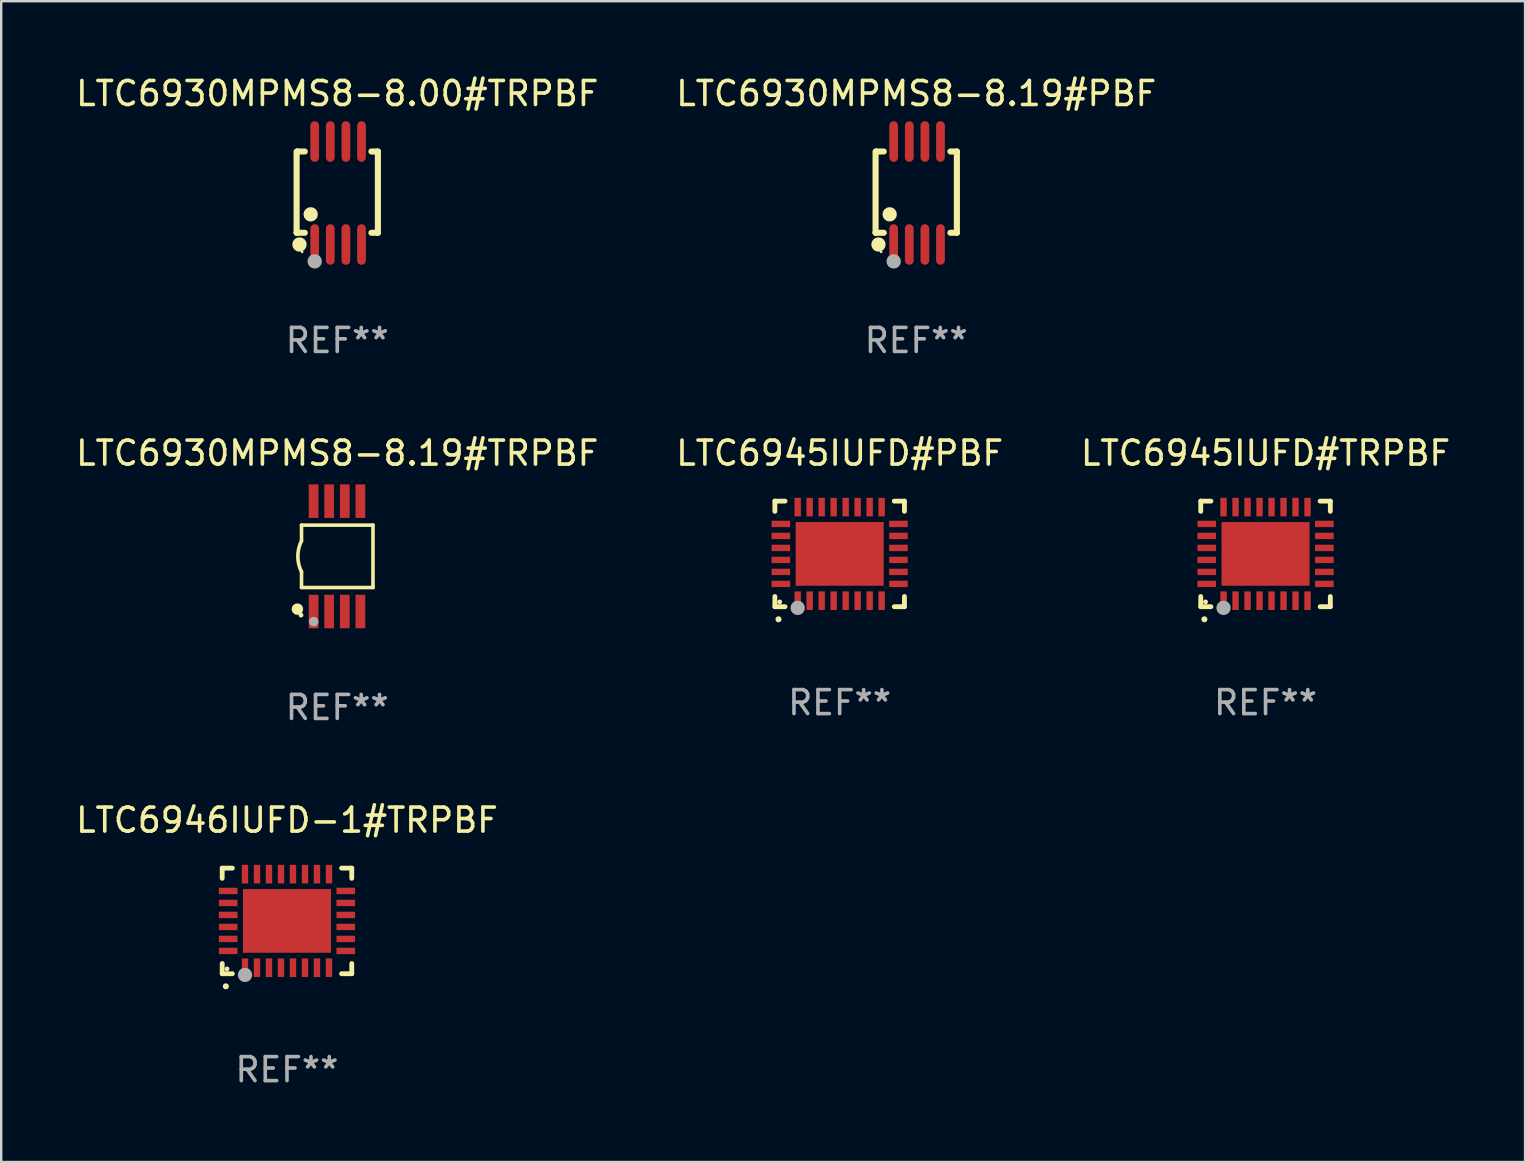
<source format=kicad_pcb>
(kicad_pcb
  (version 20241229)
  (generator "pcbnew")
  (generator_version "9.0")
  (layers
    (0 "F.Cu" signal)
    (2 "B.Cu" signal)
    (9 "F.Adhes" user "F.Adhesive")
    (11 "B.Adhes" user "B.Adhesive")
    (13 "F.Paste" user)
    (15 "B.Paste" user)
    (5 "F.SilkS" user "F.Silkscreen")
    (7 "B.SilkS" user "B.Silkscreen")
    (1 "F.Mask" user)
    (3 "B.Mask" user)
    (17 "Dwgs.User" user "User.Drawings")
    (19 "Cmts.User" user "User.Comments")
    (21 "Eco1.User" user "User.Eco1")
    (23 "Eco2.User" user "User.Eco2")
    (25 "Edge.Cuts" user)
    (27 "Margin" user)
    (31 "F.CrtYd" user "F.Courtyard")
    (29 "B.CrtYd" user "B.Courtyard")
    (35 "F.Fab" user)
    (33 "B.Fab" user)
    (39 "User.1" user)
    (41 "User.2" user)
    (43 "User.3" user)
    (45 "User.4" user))
  (footprint "LTC6945IUFD#PBF"
    (layer "F.Cu")
    (at 31.946 20.036)
    (property "Reference" "LTC6945IUFD#PBF" (at 0 -4.2 0) (layer "F.SilkS") (effects (font (size 1 1) (thickness 0.15))))
    (attr through_hole)
    (fp_line (start -2.7 -2.2) (end -2.276 -2.2) (stroke (width 0.201) (type solid)) (layer "F.SilkS"))
    (fp_line (start -2.7 -1.775) (end -2.7 -2.2) (stroke (width 0.201) (type solid)) (layer "F.SilkS"))
    (fp_line (start -2.7 2.2) (end -2.7 1.775) (stroke (width 0.201) (type solid)) (layer "F.SilkS"))
    (fp_line (start -2.276 2.2) (end -2.7 2.2) (stroke (width 0.201) (type solid)) (layer "F.SilkS"))
    (fp_line (start 2.276 2.2) (end 2.7 2.2) (stroke (width 0.201) (type solid)) (layer "F.SilkS"))
    (fp_line (start 2.7 -2.2) (end 2.276 -2.2) (stroke (width 0.201) (type solid)) (layer "F.SilkS"))
    (fp_line (start 2.7 -1.775) (end 2.7 -2.2) (stroke (width 0.201) (type solid)) (layer "F.SilkS"))
    (fp_line (start 2.7 2.2) (end 2.7 1.775) (stroke (width 0.201) (type solid)) (layer "F.SilkS"))
    (fp_arc (start -2.550165 2.725425) (mid -2.548895 2.725419) (end -2.547625 2.725425) (stroke (width 0.24892) (type solid)) (layer "F.SilkS"))
    (fp_circle (center -2.5 2) (end -2.45 2) (stroke (width 0.1) (type solid)) (fill no) (layer "F.SilkS"))
    (fp_circle (center -1.75 2.25) (end -1.6 2.25) (stroke (width 0.3) (type solid)) (fill no) (layer "F.Fab"))
    (fp_text user "REF**" (at 0 6.2 0) (layer "F.Fab") (effects (font (size 1 1) (thickness 0.15))))
    (pad "1" smd rect (at -1.75 1.95) (size 0.267 0.775) (layers "F.Cu" "F.Mask" "F.Paste"))
    (pad "2" smd rect (at -1.25 1.95) (size 0.267 0.775) (layers "F.Cu" "F.Mask" "F.Paste"))
    (pad "3" smd rect (at -0.75 1.95) (size 0.267 0.775) (layers "F.Cu" "F.Mask" "F.Paste"))
    (pad "4" smd rect (at -0.25 1.95) (size 0.267 0.775) (layers "F.Cu" "F.Mask" "F.Paste"))
    (pad "5" smd rect (at 0.25 1.95) (size 0.267 0.775) (layers "F.Cu" "F.Mask" "F.Paste"))
    (pad "6" smd rect (at 0.75 1.95) (size 0.267 0.775) (layers "F.Cu" "F.Mask" "F.Paste"))
    (pad "7" smd rect (at 1.25 1.95) (size 0.267 0.775) (layers "F.Cu" "F.Mask" "F.Paste"))
    (pad "8" smd rect (at 1.75 1.95) (size 0.267 0.775) (layers "F.Cu" "F.Mask" "F.Paste"))
    (pad "9" smd rect (at 2.45 1.25) (size 0.775 0.267) (layers "F.Cu" "F.Mask" "F.Paste"))
    (pad "10" smd rect (at 2.45 0.75) (size 0.775 0.267) (layers "F.Cu" "F.Mask" "F.Paste"))
    (pad "11" smd rect (at 2.45 0.25) (size 0.775 0.267) (layers "F.Cu" "F.Mask" "F.Paste"))
    (pad "12" smd rect (at 2.45 -0.25) (size 0.775 0.267) (layers "F.Cu" "F.Mask" "F.Paste"))
    (pad "13" smd rect (at 2.45 -0.75) (size 0.775 0.267) (layers "F.Cu" "F.Mask" "F.Paste"))
    (pad "14" smd rect (at 2.45 -1.25) (size 0.775 0.267) (layers "F.Cu" "F.Mask" "F.Paste"))
    (pad "15" smd rect (at 1.75 -1.95) (size 0.267 0.775) (layers "F.Cu" "F.Mask" "F.Paste"))
    (pad "16" smd rect (at 1.25 -1.95) (size 0.267 0.775) (layers "F.Cu" "F.Mask" "F.Paste"))
    (pad "17" smd rect (at 0.75 -1.95) (size 0.267 0.775) (layers "F.Cu" "F.Mask" "F.Paste"))
    (pad "18" smd rect (at 0.25 -1.95) (size 0.267 0.775) (layers "F.Cu" "F.Mask" "F.Paste"))
    (pad "19" smd rect (at -0.25 -1.95) (size 0.267 0.775) (layers "F.Cu" "F.Mask" "F.Paste"))
    (pad "20" smd rect (at -0.75 -1.95) (size 0.267 0.775) (layers "F.Cu" "F.Mask" "F.Paste"))
    (pad "21" smd rect (at -1.25 -1.95) (size 0.267 0.775) (layers "F.Cu" "F.Mask" "F.Paste"))
    (pad "22" smd rect (at -1.75 -1.95) (size 0.267 0.775) (layers "F.Cu" "F.Mask" "F.Paste"))
    (pad "23" smd rect (at -2.45 -1.25) (size 0.775 0.267) (layers "F.Cu" "F.Mask" "F.Paste"))
    (pad "24" smd rect (at -2.45 -0.75) (size 0.775 0.267) (layers "F.Cu" "F.Mask" "F.Paste"))
    (pad "25" smd rect (at -2.45 -0.25) (size 0.775 0.267) (layers "F.Cu" "F.Mask" "F.Paste"))
    (pad "26" smd rect (at -2.45 0.25) (size 0.775 0.267) (layers "F.Cu" "F.Mask" "F.Paste"))
    (pad "27" smd rect (at -2.45 0.75) (size 0.775 0.267) (layers "F.Cu" "F.Mask" "F.Paste"))
    (pad "28" smd rect (at -2.45 1.25) (size 0.775 0.267) (layers "F.Cu" "F.Mask" "F.Paste"))
    (pad "29" smd rect (at 0.000127 0.000127) (size 3.67 2.654) (layers "F.Cu" "F.Mask" "F.Paste")))
  (footprint "LTC6930MPMS8-8.19#TRPBF"
    (layer "F.Cu")
    (at 11.006 20.137)
    (property "Reference" "LTC6930MPMS8-8.19#TRPBF" (at 0 -4.3 0) (layer "F.SilkS") (effects (font (size 1 1) (thickness 0.15))))
    (attr through_hole)
    (fp_line (start -1.489 -1.3) (end -1.489 -0.648) (stroke (width 0.15) (type solid)) (layer "F.SilkS"))
    (fp_line (start -1.489 0.648) (end -1.489 1.3) (stroke (width 0.15) (type solid)) (layer "F.SilkS"))
    (fp_line (start -1.489 1.3) (end 1.489 1.3) (stroke (width 0.15) (type solid)) (layer "F.SilkS"))
    (fp_line (start 1.489 -1.3) (end -1.489 -1.3) (stroke (width 0.15) (type solid)) (layer "F.SilkS"))
    (fp_line (start 1.489 1.3) (end 1.489 -1.3) (stroke (width 0.15) (type solid)) (layer "F.SilkS"))
    (fp_arc (start -1.489205 0.647702) (mid -1.642107 0) (end -1.489205 -0.647701) (stroke (width 0.150013) (type solid)) (layer "F.SilkS"))
    (fp_circle (center -1.661 2.2) (end -1.541 2.2) (stroke (width 0.24) (type solid)) (fill no) (layer "F.SilkS"))
    (fp_circle (center -1.511 2.45) (end -1.461 2.45) (stroke (width 0.1) (type solid)) (fill no) (layer "F.SilkS"))
    (fp_circle (center -0.981 2.72) (end -0.881 2.72) (stroke (width 0.2) (type solid)) (fill no) (layer "F.Fab"))
    (fp_text user "REF**" (at 0 6.3 0) (layer "F.Fab") (effects (font (size 1 1) (thickness 0.15))))
    (pad "1" smd rect (at -0.986 2.3) (size 0.406 1.397) (layers "F.Cu" "F.Mask" "F.Paste"))
    (pad "2" smd rect (at -0.336 2.3) (size 0.406 1.397) (layers "F.Cu" "F.Mask" "F.Paste"))
    (pad "3" smd rect (at 0.314 2.3) (size 0.406 1.397) (layers "F.Cu" "F.Mask" "F.Paste"))
    (pad "4" smd rect (at 0.964 2.3) (size 0.406 1.397) (layers "F.Cu" "F.Mask" "F.Paste"))
    (pad "5" smd rect (at 0.964 -2.3) (size 0.406 1.397) (layers "F.Cu" "F.Mask" "F.Paste"))
    (pad "6" smd rect (at 0.314 -2.3) (size 0.406 1.397) (layers "F.Cu" "F.Mask" "F.Paste"))
    (pad "7" smd rect (at -0.336 -2.3) (size 0.406 1.397) (layers "F.Cu" "F.Mask" "F.Paste"))
    (pad "8" smd rect (at -0.986 -2.3) (size 0.406 1.397) (layers "F.Cu" "F.Mask" "F.Paste")))
  (footprint "LTC6930MPMS8-8.19#PBF"
    (layer "F.Cu")
    (at 35.137 4.994)
    (property "Reference" "LTC6930MPMS8-8.19#PBF" (at 0 -4.146 0) (layer "F.SilkS") (effects (font (size 1 1) (thickness 0.15))))
    (attr through_hole)
    (fp_line (start -1.694 -1.724) (end -1.694 1.652) (stroke (width 0.254) (type solid)) (layer "F.SilkS"))
    (fp_line (start -1.694 1.652) (end -1.688 1.658) (stroke (width 0.254) (type solid)) (layer "F.SilkS"))
    (fp_line (start -1.688 1.658) (end -1.353 1.658) (stroke (width 0.254) (type solid)) (layer "F.SilkS"))
    (fp_line (start -1.661 -1.73) (end -1.681 -1.71) (stroke (width 0.254) (type solid)) (layer "F.SilkS"))
    (fp_line (start -1.353 -1.73) (end -1.661 -1.73) (stroke (width 0.254) (type solid)) (layer "F.SilkS"))
    (fp_line (start 1.424 1.658) (end 1.694 1.658) (stroke (width 0.254) (type solid)) (layer "F.SilkS"))
    (fp_line (start 1.694 -1.73) (end 1.424 -1.73) (stroke (width 0.254) (type solid)) (layer "F.SilkS"))
    (fp_line (start 1.694 1.658) (end 1.694 -1.73) (stroke (width 0.254) (type solid)) (layer "F.SilkS"))
    (fp_circle (center -1.574 2.146) (end -1.424 2.146) (stroke (width 0.3) (type solid)) (fill no) (layer "F.SilkS"))
    (fp_circle (center -1.464 2.45) (end -1.434 2.45) (stroke (width 0.06) (type solid)) (fill no) (layer "F.SilkS"))
    (fp_circle (center -1.107 0.889) (end -0.957 0.889) (stroke (width 0.3) (type solid)) (fill no) (layer "F.SilkS"))
    (fp_circle (center -0.94 2.85) (end -0.789 2.85) (stroke (width 0.3) (type solid)) (fill no) (layer "F.Fab"))
    (fp_text user "REF**" (at 0 6.146 0) (layer "F.Fab") (effects (font (size 1 1) (thickness 0.15))))
    (pad "1" smd oval (at -0.94 2.146) (size 0.364 1.692) (layers "F.Cu" "F.Mask" "F.Paste"))
    (pad "2" smd oval (at -0.289 2.146) (size 0.364 1.692) (layers "F.Cu" "F.Mask" "F.Paste"))
    (pad "3" smd oval (at 0.361 2.146) (size 0.364 1.692) (layers "F.Cu" "F.Mask" "F.Paste"))
    (pad "4" smd oval (at 1.011 2.146) (size 0.364 1.692) (layers "F.Cu" "F.Mask" "F.Paste"))
    (pad "5" smd oval (at 1.011 -2.146) (size 0.364 1.692) (layers "F.Cu" "F.Mask" "F.Paste"))
    (pad "6" smd oval (at 0.361 -2.146) (size 0.364 1.692) (layers "F.Cu" "F.Mask" "F.Paste"))
    (pad "7" smd oval (at -0.289 -2.146) (size 0.364 1.692) (layers "F.Cu" "F.Mask" "F.Paste"))
    (pad "8" smd oval (at -0.94 -2.146) (size 0.364 1.692) (layers "F.Cu" "F.Mask" "F.Paste")))
  (footprint "LTC6930MPMS8-8.00#TRPBF"
    (layer "F.Cu")
    (at 11.006 4.994)
    (property "Reference" "LTC6930MPMS8-8.00#TRPBF" (at 0 -4.146 0) (layer "F.SilkS") (effects (font (size 1 1) (thickness 0.15))))
    (attr through_hole)
    (fp_line (start -1.694 -1.724) (end -1.694 1.652) (stroke (width 0.254) (type solid)) (layer "F.SilkS"))
    (fp_line (start -1.694 1.652) (end -1.688 1.658) (stroke (width 0.254) (type solid)) (layer "F.SilkS"))
    (fp_line (start -1.688 1.658) (end -1.353 1.658) (stroke (width 0.254) (type solid)) (layer "F.SilkS"))
    (fp_line (start -1.661 -1.73) (end -1.681 -1.71) (stroke (width 0.254) (type solid)) (layer "F.SilkS"))
    (fp_line (start -1.353 -1.73) (end -1.661 -1.73) (stroke (width 0.254) (type solid)) (layer "F.SilkS"))
    (fp_line (start 1.424 1.658) (end 1.694 1.658) (stroke (width 0.254) (type solid)) (layer "F.SilkS"))
    (fp_line (start 1.694 -1.73) (end 1.424 -1.73) (stroke (width 0.254) (type solid)) (layer "F.SilkS"))
    (fp_line (start 1.694 1.658) (end 1.694 -1.73) (stroke (width 0.254) (type solid)) (layer "F.SilkS"))
    (fp_circle (center -1.574 2.146) (end -1.424 2.146) (stroke (width 0.3) (type solid)) (fill no) (layer "F.SilkS"))
    (fp_circle (center -1.464 2.45) (end -1.434 2.45) (stroke (width 0.06) (type solid)) (fill no) (layer "F.SilkS"))
    (fp_circle (center -1.107 0.889) (end -0.957 0.889) (stroke (width 0.3) (type solid)) (fill no) (layer "F.SilkS"))
    (fp_circle (center -0.94 2.85) (end -0.789 2.85) (stroke (width 0.3) (type solid)) (fill no) (layer "F.Fab"))
    (fp_text user "REF**" (at 0 6.146 0) (layer "F.Fab") (effects (font (size 1 1) (thickness 0.15))))
    (pad "1" smd oval (at -0.94 2.146) (size 0.364 1.692) (layers "F.Cu" "F.Mask" "F.Paste"))
    (pad "2" smd oval (at -0.289 2.146) (size 0.364 1.692) (layers "F.Cu" "F.Mask" "F.Paste"))
    (pad "3" smd oval (at 0.361 2.146) (size 0.364 1.692) (layers "F.Cu" "F.Mask" "F.Paste"))
    (pad "4" smd oval (at 1.011 2.146) (size 0.364 1.692) (layers "F.Cu" "F.Mask" "F.Paste"))
    (pad "5" smd oval (at 1.011 -2.146) (size 0.364 1.692) (layers "F.Cu" "F.Mask" "F.Paste"))
    (pad "6" smd oval (at 0.361 -2.146) (size 0.364 1.692) (layers "F.Cu" "F.Mask" "F.Paste"))
    (pad "7" smd oval (at -0.289 -2.146) (size 0.364 1.692) (layers "F.Cu" "F.Mask" "F.Paste"))
    (pad "8" smd oval (at -0.94 -2.146) (size 0.364 1.692) (layers "F.Cu" "F.Mask" "F.Paste")))
  (footprint "LTC6946IUFD-1#TRPBF"
    (layer "F.Cu")
    (at 8.911 35.333)
    (property "Reference" "LTC6946IUFD-1#TRPBF" (at 0 -4.2 0) (layer "F.SilkS") (effects (font (size 1 1) (thickness 0.15))))
    (attr through_hole)
    (fp_line (start -2.7 -2.2) (end -2.276 -2.2) (stroke (width 0.201) (type solid)) (layer "F.SilkS"))
    (fp_line (start -2.7 -1.775) (end -2.7 -2.2) (stroke (width 0.201) (type solid)) (layer "F.SilkS"))
    (fp_line (start -2.7 2.2) (end -2.7 1.775) (stroke (width 0.201) (type solid)) (layer "F.SilkS"))
    (fp_line (start -2.276 2.2) (end -2.7 2.2) (stroke (width 0.201) (type solid)) (layer "F.SilkS"))
    (fp_line (start 2.276 2.2) (end 2.7 2.2) (stroke (width 0.201) (type solid)) (layer "F.SilkS"))
    (fp_line (start 2.7 -2.2) (end 2.276 -2.2) (stroke (width 0.201) (type solid)) (layer "F.SilkS"))
    (fp_line (start 2.7 -1.775) (end 2.7 -2.2) (stroke (width 0.201) (type solid)) (layer "F.SilkS"))
    (fp_line (start 2.7 2.2) (end 2.7 1.775) (stroke (width 0.201) (type solid)) (layer "F.SilkS"))
    (fp_arc (start -2.550165 2.725425) (mid -2.548895 2.725419) (end -2.547625 2.725425) (stroke (width 0.24892) (type solid)) (layer "F.SilkS"))
    (fp_circle (center -2.5 2) (end -2.45 2) (stroke (width 0.1) (type solid)) (fill no) (layer "F.SilkS"))
    (fp_circle (center -1.75 2.25) (end -1.6 2.25) (stroke (width 0.3) (type solid)) (fill no) (layer "F.Fab"))
    (fp_text user "REF**" (at 0 6.2 0) (layer "F.Fab") (effects (font (size 1 1) (thickness 0.15))))
    (pad "1" smd rect (at -1.75 1.95) (size 0.267 0.775) (layers "F.Cu" "F.Mask" "F.Paste"))
    (pad "2" smd rect (at -1.25 1.95) (size 0.267 0.775) (layers "F.Cu" "F.Mask" "F.Paste"))
    (pad "3" smd rect (at -0.75 1.95) (size 0.267 0.775) (layers "F.Cu" "F.Mask" "F.Paste"))
    (pad "4" smd rect (at -0.25 1.95) (size 0.267 0.775) (layers "F.Cu" "F.Mask" "F.Paste"))
    (pad "5" smd rect (at 0.25 1.95) (size 0.267 0.775) (layers "F.Cu" "F.Mask" "F.Paste"))
    (pad "6" smd rect (at 0.75 1.95) (size 0.267 0.775) (layers "F.Cu" "F.Mask" "F.Paste"))
    (pad "7" smd rect (at 1.25 1.95) (size 0.267 0.775) (layers "F.Cu" "F.Mask" "F.Paste"))
    (pad "8" smd rect (at 1.75 1.95) (size 0.267 0.775) (layers "F.Cu" "F.Mask" "F.Paste"))
    (pad "9" smd rect (at 2.45 1.25) (size 0.775 0.267) (layers "F.Cu" "F.Mask" "F.Paste"))
    (pad "10" smd rect (at 2.45 0.75) (size 0.775 0.267) (layers "F.Cu" "F.Mask" "F.Paste"))
    (pad "11" smd rect (at 2.45 0.25) (size 0.775 0.267) (layers "F.Cu" "F.Mask" "F.Paste"))
    (pad "12" smd rect (at 2.45 -0.25) (size 0.775 0.267) (layers "F.Cu" "F.Mask" "F.Paste"))
    (pad "13" smd rect (at 2.45 -0.75) (size 0.775 0.267) (layers "F.Cu" "F.Mask" "F.Paste"))
    (pad "14" smd rect (at 2.45 -1.25) (size 0.775 0.267) (layers "F.Cu" "F.Mask" "F.Paste"))
    (pad "15" smd rect (at 1.75 -1.95) (size 0.267 0.775) (layers "F.Cu" "F.Mask" "F.Paste"))
    (pad "16" smd rect (at 1.25 -1.95) (size 0.267 0.775) (layers "F.Cu" "F.Mask" "F.Paste"))
    (pad "17" smd rect (at 0.75 -1.95) (size 0.267 0.775) (layers "F.Cu" "F.Mask" "F.Paste"))
    (pad "18" smd rect (at 0.25 -1.95) (size 0.267 0.775) (layers "F.Cu" "F.Mask" "F.Paste"))
    (pad "19" smd rect (at -0.25 -1.95) (size 0.267 0.775) (layers "F.Cu" "F.Mask" "F.Paste"))
    (pad "20" smd rect (at -0.75 -1.95) (size 0.267 0.775) (layers "F.Cu" "F.Mask" "F.Paste"))
    (pad "21" smd rect (at -1.25 -1.95) (size 0.267 0.775) (layers "F.Cu" "F.Mask" "F.Paste"))
    (pad "22" smd rect (at -1.75 -1.95) (size 0.267 0.775) (layers "F.Cu" "F.Mask" "F.Paste"))
    (pad "23" smd rect (at -2.45 -1.25) (size 0.775 0.267) (layers "F.Cu" "F.Mask" "F.Paste"))
    (pad "24" smd rect (at -2.45 -0.75) (size 0.775 0.267) (layers "F.Cu" "F.Mask" "F.Paste"))
    (pad "25" smd rect (at -2.45 -0.25) (size 0.775 0.267) (layers "F.Cu" "F.Mask" "F.Paste"))
    (pad "26" smd rect (at -2.45 0.25) (size 0.775 0.267) (layers "F.Cu" "F.Mask" "F.Paste"))
    (pad "27" smd rect (at -2.45 0.75) (size 0.775 0.267) (layers "F.Cu" "F.Mask" "F.Paste"))
    (pad "28" smd rect (at -2.45 1.25) (size 0.775 0.267) (layers "F.Cu" "F.Mask" "F.Paste"))
    (pad "29" smd rect (at 0.000127 0.000127) (size 3.67 2.654) (layers "F.Cu" "F.Mask" "F.Paste")))
  (footprint "LTC6945IUFD#TRPBF"
    (layer "F.Cu")
    (at 49.696 20.036)
    (property "Reference" "LTC6945IUFD#TRPBF" (at 0 -4.2 0) (layer "F.SilkS") (effects (font (size 1 1) (thickness 0.15))))
    (attr through_hole)
    (fp_line (start -2.7 -2.2) (end -2.276 -2.2) (stroke (width 0.201) (type solid)) (layer "F.SilkS"))
    (fp_line (start -2.7 -1.775) (end -2.7 -2.2) (stroke (width 0.201) (type solid)) (layer "F.SilkS"))
    (fp_line (start -2.7 2.2) (end -2.7 1.775) (stroke (width 0.201) (type solid)) (layer "F.SilkS"))
    (fp_line (start -2.276 2.2) (end -2.7 2.2) (stroke (width 0.201) (type solid)) (layer "F.SilkS"))
    (fp_line (start 2.276 2.2) (end 2.7 2.2) (stroke (width 0.201) (type solid)) (layer "F.SilkS"))
    (fp_line (start 2.7 -2.2) (end 2.276 -2.2) (stroke (width 0.201) (type solid)) (layer "F.SilkS"))
    (fp_line (start 2.7 -1.775) (end 2.7 -2.2) (stroke (width 0.201) (type solid)) (layer "F.SilkS"))
    (fp_line (start 2.7 2.2) (end 2.7 1.775) (stroke (width 0.201) (type solid)) (layer "F.SilkS"))
    (fp_arc (start -2.550165 2.725425) (mid -2.548895 2.725419) (end -2.547625 2.725425) (stroke (width 0.24892) (type solid)) (layer "F.SilkS"))
    (fp_circle (center -2.5 2) (end -2.45 2) (stroke (width 0.1) (type solid)) (fill no) (layer "F.SilkS"))
    (fp_circle (center -1.75 2.25) (end -1.6 2.25) (stroke (width 0.3) (type solid)) (fill no) (layer "F.Fab"))
    (fp_text user "REF**" (at 0 6.2 0) (layer "F.Fab") (effects (font (size 1 1) (thickness 0.15))))
    (pad "1" smd rect (at -1.75 1.95) (size 0.267 0.775) (layers "F.Cu" "F.Mask" "F.Paste"))
    (pad "2" smd rect (at -1.25 1.95) (size 0.267 0.775) (layers "F.Cu" "F.Mask" "F.Paste"))
    (pad "3" smd rect (at -0.75 1.95) (size 0.267 0.775) (layers "F.Cu" "F.Mask" "F.Paste"))
    (pad "4" smd rect (at -0.25 1.95) (size 0.267 0.775) (layers "F.Cu" "F.Mask" "F.Paste"))
    (pad "5" smd rect (at 0.25 1.95) (size 0.267 0.775) (layers "F.Cu" "F.Mask" "F.Paste"))
    (pad "6" smd rect (at 0.75 1.95) (size 0.267 0.775) (layers "F.Cu" "F.Mask" "F.Paste"))
    (pad "7" smd rect (at 1.25 1.95) (size 0.267 0.775) (layers "F.Cu" "F.Mask" "F.Paste"))
    (pad "8" smd rect (at 1.75 1.95) (size 0.267 0.775) (layers "F.Cu" "F.Mask" "F.Paste"))
    (pad "9" smd rect (at 2.45 1.25) (size 0.775 0.267) (layers "F.Cu" "F.Mask" "F.Paste"))
    (pad "10" smd rect (at 2.45 0.75) (size 0.775 0.267) (layers "F.Cu" "F.Mask" "F.Paste"))
    (pad "11" smd rect (at 2.45 0.25) (size 0.775 0.267) (layers "F.Cu" "F.Mask" "F.Paste"))
    (pad "12" smd rect (at 2.45 -0.25) (size 0.775 0.267) (layers "F.Cu" "F.Mask" "F.Paste"))
    (pad "13" smd rect (at 2.45 -0.75) (size 0.775 0.267) (layers "F.Cu" "F.Mask" "F.Paste"))
    (pad "14" smd rect (at 2.45 -1.25) (size 0.775 0.267) (layers "F.Cu" "F.Mask" "F.Paste"))
    (pad "15" smd rect (at 1.75 -1.95) (size 0.267 0.775) (layers "F.Cu" "F.Mask" "F.Paste"))
    (pad "16" smd rect (at 1.25 -1.95) (size 0.267 0.775) (layers "F.Cu" "F.Mask" "F.Paste"))
    (pad "17" smd rect (at 0.75 -1.95) (size 0.267 0.775) (layers "F.Cu" "F.Mask" "F.Paste"))
    (pad "18" smd rect (at 0.25 -1.95) (size 0.267 0.775) (layers "F.Cu" "F.Mask" "F.Paste"))
    (pad "19" smd rect (at -0.25 -1.95) (size 0.267 0.775) (layers "F.Cu" "F.Mask" "F.Paste"))
    (pad "20" smd rect (at -0.75 -1.95) (size 0.267 0.775) (layers "F.Cu" "F.Mask" "F.Paste"))
    (pad "21" smd rect (at -1.25 -1.95) (size 0.267 0.775) (layers "F.Cu" "F.Mask" "F.Paste"))
    (pad "22" smd rect (at -1.75 -1.95) (size 0.267 0.775) (layers "F.Cu" "F.Mask" "F.Paste"))
    (pad "23" smd rect (at -2.45 -1.25) (size 0.775 0.267) (layers "F.Cu" "F.Mask" "F.Paste"))
    (pad "24" smd rect (at -2.45 -0.75) (size 0.775 0.267) (layers "F.Cu" "F.Mask" "F.Paste"))
    (pad "25" smd rect (at -2.45 -0.25) (size 0.775 0.267) (layers "F.Cu" "F.Mask" "F.Paste"))
    (pad "26" smd rect (at -2.45 0.25) (size 0.775 0.267) (layers "F.Cu" "F.Mask" "F.Paste"))
    (pad "27" smd rect (at -2.45 0.75) (size 0.775 0.267) (layers "F.Cu" "F.Mask" "F.Paste"))
    (pad "28" smd rect (at -2.45 1.25) (size 0.775 0.267) (layers "F.Cu" "F.Mask" "F.Paste"))
    (pad "29" smd rect (at 0.000127 0.000127) (size 3.67 2.654) (layers "F.Cu" "F.Mask" "F.Paste")))
  (gr_rect
    (start -3 -3)
    (end 60.512 45.381)
    (stroke (width 0.1) (type default))
    (fill no)
    (layer "Edge.Cuts")))
</source>
